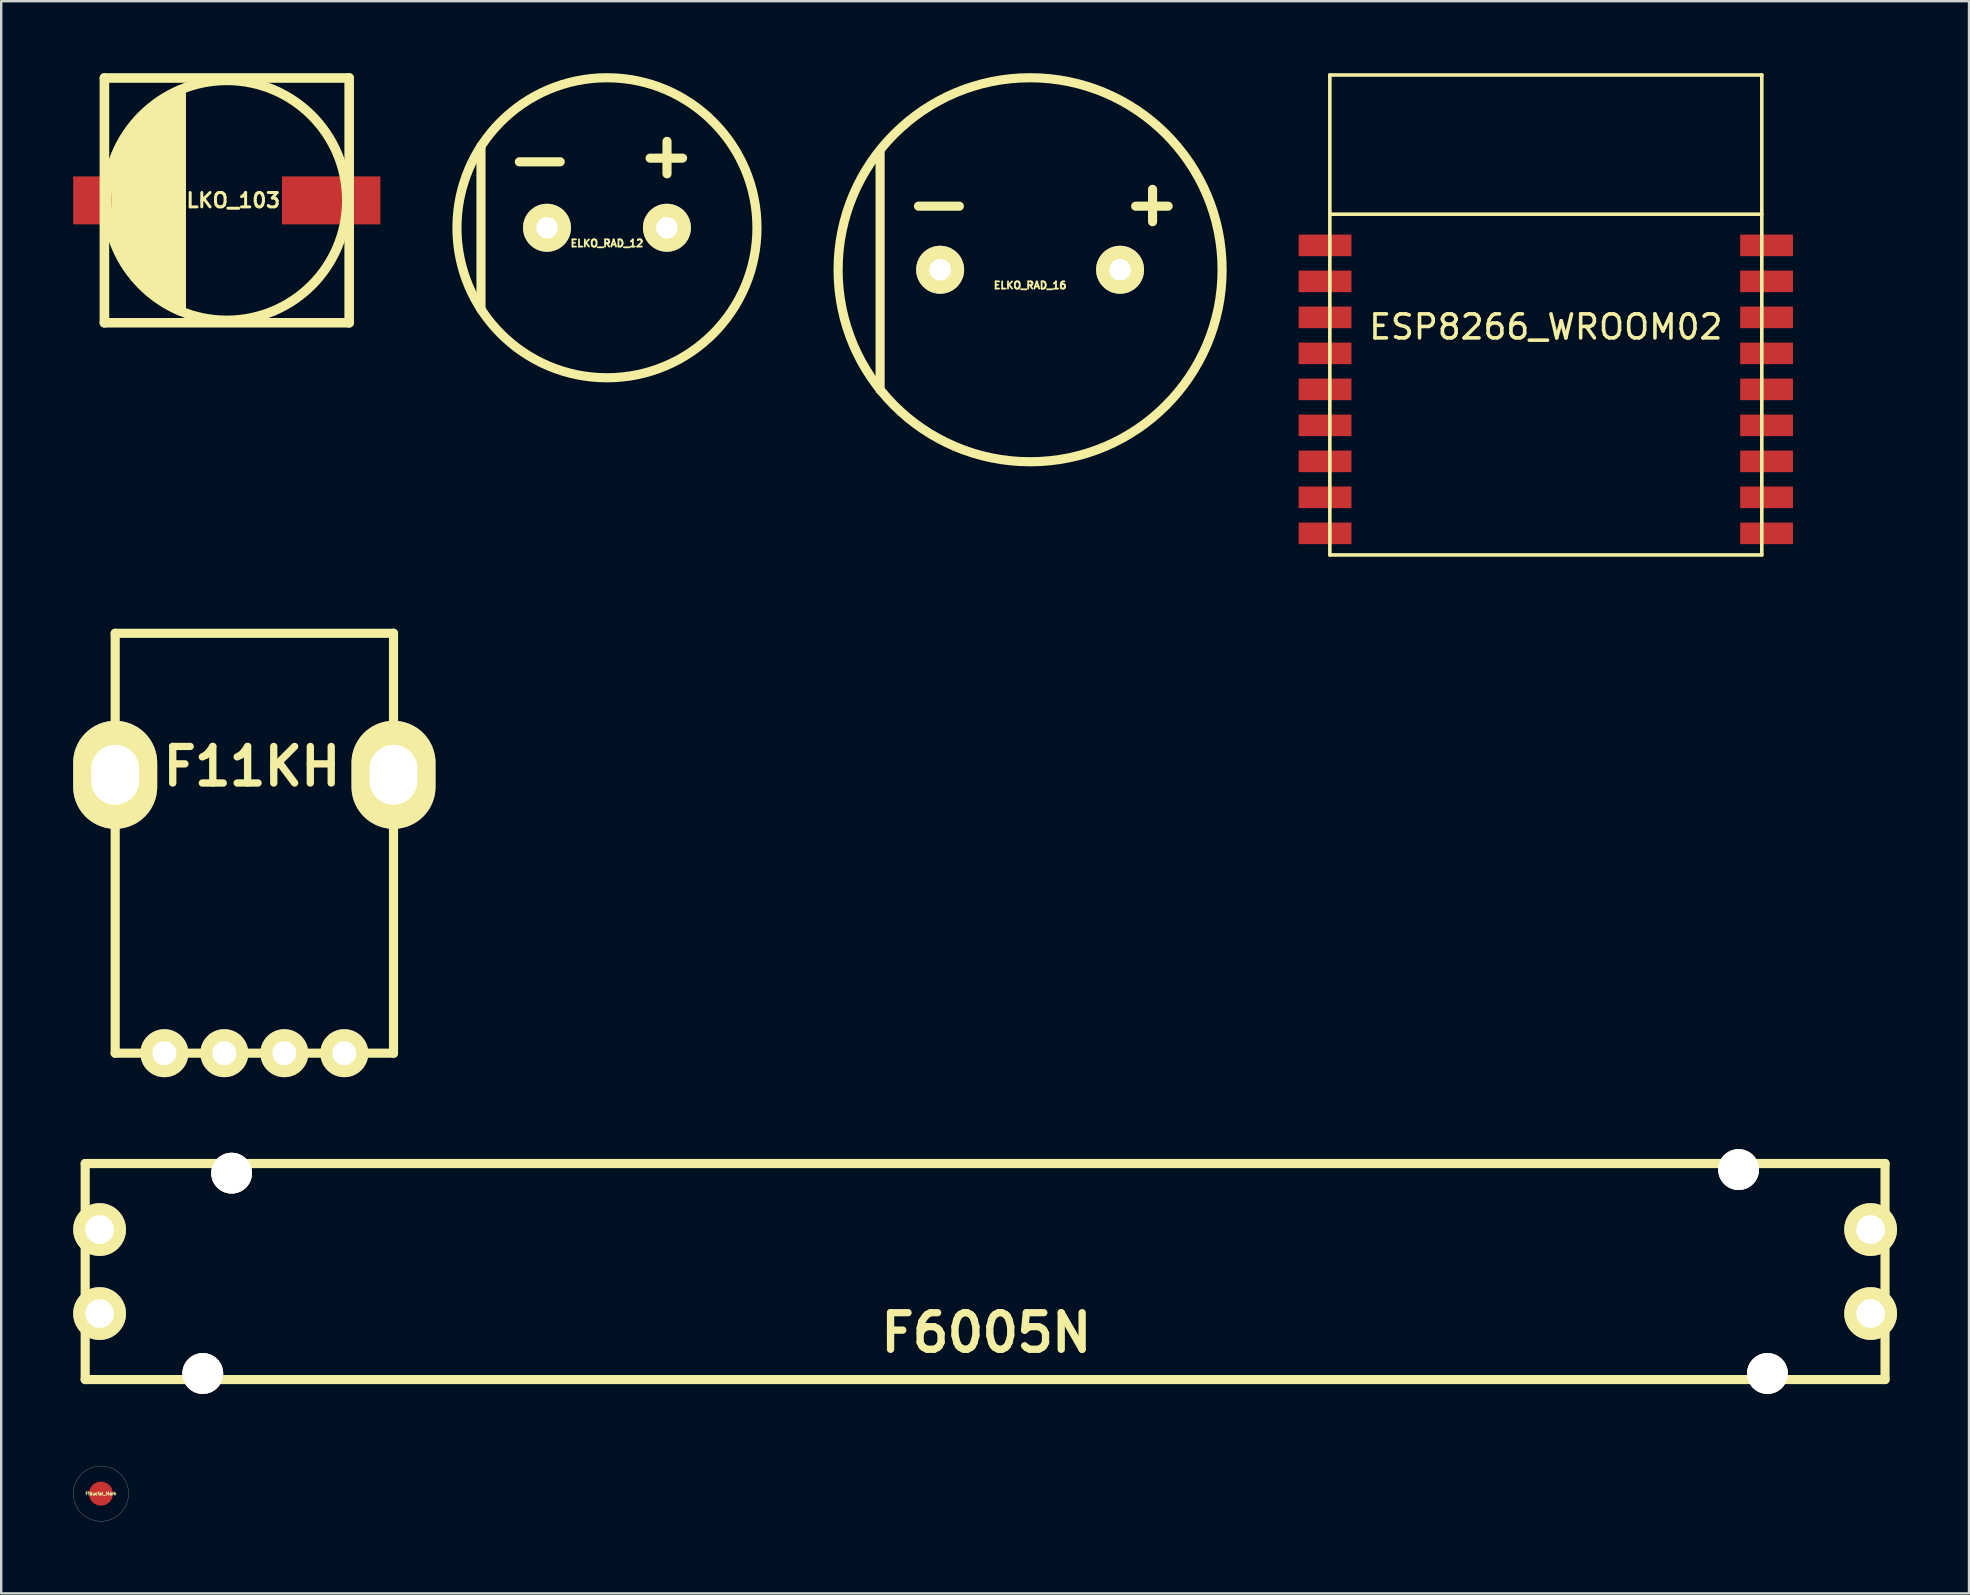
<source format=kicad_pcb>
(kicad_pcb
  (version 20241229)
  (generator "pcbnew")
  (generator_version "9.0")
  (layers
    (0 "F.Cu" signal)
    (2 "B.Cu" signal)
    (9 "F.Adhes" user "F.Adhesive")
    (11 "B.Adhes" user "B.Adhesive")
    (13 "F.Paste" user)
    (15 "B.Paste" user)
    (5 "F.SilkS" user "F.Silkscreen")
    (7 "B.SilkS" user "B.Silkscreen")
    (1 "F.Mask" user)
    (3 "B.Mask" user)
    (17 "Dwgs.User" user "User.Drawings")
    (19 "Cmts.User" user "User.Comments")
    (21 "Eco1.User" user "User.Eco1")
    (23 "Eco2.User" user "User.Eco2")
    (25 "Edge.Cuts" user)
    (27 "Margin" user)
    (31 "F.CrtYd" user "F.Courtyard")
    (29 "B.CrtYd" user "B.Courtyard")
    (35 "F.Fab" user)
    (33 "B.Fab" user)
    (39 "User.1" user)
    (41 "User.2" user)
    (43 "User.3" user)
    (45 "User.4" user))
  (footprint "F11KH"
    (layer "F.Cu")
    (at 7.549 35.339)
    (property "Reference" "F11KH" (at -0.099 -6.449 0) (layer "F.SilkS") (effects (font (size 1.524 1.524) (thickness 0.305))))
    (attr through_hole)
    (fp_line (start -5.799 -11.999) (end -5.799 5.499) (stroke (width 0.381) (type solid)) (layer "F.SilkS"))
    (fp_line (start -5.799 5.499) (end 5.799 5.499) (stroke (width 0.381) (type solid)) (layer "F.SilkS"))
    (fp_line (start 5.799 -11.999) (end -5.799 -11.999) (stroke (width 0.381) (type solid)) (layer "F.SilkS"))
    (fp_line (start 5.799 5.499) (end 5.799 -11.999) (stroke (width 0.381) (type solid)) (layer "F.SilkS"))
    (pad "" thru_hole oval (at -5.799 -6.101) (size 3.5 4.501) (drill oval 1.999 2.499) (layers "*.Cu" "*.Mask" "F.SilkS"))
    (pad "" thru_hole circle (at 3.749 5.499) (size 1.999 1.999) (drill 1.001) (layers "*.Cu" "*.Mask" "F.SilkS"))
    (pad "" thru_hole oval (at 5.799 -6.101) (size 3.5 4.501) (drill oval 1.999 2.499) (layers "*.Cu" "*.Mask" "F.SilkS"))
    (pad "1" thru_hole circle (at -3.749 5.499) (size 1.999 1.999) (drill 1.001) (layers "*.Cu" "*.Mask" "F.SilkS"))
    (pad "2" thru_hole circle (at -1.25 5.499) (size 1.999 1.999) (drill 1.001) (layers "*.Cu" "*.Mask" "F.SilkS"))
    (pad "3" thru_hole circle (at 1.25 5.499) (size 1.999 1.999) (drill 1.001) (layers "*.Cu" "*.Mask" "F.SilkS")))
  (footprint "ESP8266_WROOM02"
    (layer "F.Cu")
    (at 61.367 10.075)
    (property "Reference" "ESP8266_WROOM02" (at 0 0.5 0) (layer "F.SilkS") (effects (font (size 1 1) (thickness 0.15))))
    (attr through_hole)
    (fp_line (start -9 -10) (end -9 10) (stroke (width 0.15) (type solid)) (layer "F.SilkS"))
    (fp_line (start -9 10) (end 9 10) (stroke (width 0.15) (type solid)) (layer "F.SilkS"))
    (fp_line (start 9 -10) (end -9 -10) (stroke (width 0.15) (type solid)) (layer "F.SilkS"))
    (fp_line (start 9 -4.2) (end -9 -4.2) (stroke (width 0.15) (type solid)) (layer "F.SilkS"))
    (fp_line (start 9 10) (end 9 -10) (stroke (width 0.15) (type solid)) (layer "F.SilkS"))
    (pad "1" smd rect (at -9.2 -2.9) (size 2.2 0.9) (layers "F.Cu" "F.Mask" "F.Paste"))
    (pad "2" smd rect (at -9.2 -1.4) (size 2.2 0.9) (layers "F.Cu" "F.Mask" "F.Paste"))
    (pad "3" smd rect (at -9.2 0.1) (size 2.2 0.9) (layers "F.Cu" "F.Mask" "F.Paste"))
    (pad "4" smd rect (at -9.2 1.6) (size 2.2 0.9) (layers "F.Cu" "F.Mask" "F.Paste"))
    (pad "5" smd rect (at -9.2 3.1) (size 2.2 0.9) (layers "F.Cu" "F.Mask" "F.Paste"))
    (pad "6" smd rect (at -9.2 4.6) (size 2.2 0.9) (layers "F.Cu" "F.Mask" "F.Paste"))
    (pad "7" smd rect (at -9.2 6.1) (size 2.2 0.9) (layers "F.Cu" "F.Mask" "F.Paste"))
    (pad "8" smd rect (at -9.2 7.6) (size 2.2 0.9) (layers "F.Cu" "F.Mask" "F.Paste"))
    (pad "9" smd rect (at -9.2 9.1) (size 2.2 0.9) (layers "F.Cu" "F.Mask" "F.Paste"))
    (pad "10" smd rect (at 9.2 9.1) (size 2.2 0.9) (layers "F.Cu" "F.Mask" "F.Paste"))
    (pad "11" smd rect (at 9.2 7.6) (size 2.2 0.9) (layers "F.Cu" "F.Mask" "F.Paste"))
    (pad "12" smd rect (at 9.2 6.1) (size 2.2 0.9) (layers "F.Cu" "F.Mask" "F.Paste"))
    (pad "13" smd rect (at 9.2 4.6) (size 2.2 0.9) (layers "F.Cu" "F.Mask" "F.Paste"))
    (pad "14" smd rect (at 9.2 3.1) (size 2.2 0.9) (layers "F.Cu" "F.Mask" "F.Paste"))
    (pad "15" smd rect (at 9.2 1.6) (size 2.2 0.9) (layers "F.Cu" "F.Mask" "F.Paste"))
    (pad "16" smd rect (at 9.2 0.1) (size 2.2 0.9) (layers "F.Cu" "F.Mask" "F.Paste"))
    (pad "17" smd rect (at 9.2 -1.4) (size 2.2 0.9) (layers "F.Cu" "F.Mask" "F.Paste"))
    (pad "18" smd rect (at 9.2 -2.9) (size 2.2 0.9) (layers "F.Cu" "F.Mask" "F.Paste")))
  (footprint "ELKO_RAD_12"
    (layer "F.Cu")
    (at 22.243 6.441)
    (property "Reference" "ELKO_RAD_12" (at 0 0.65 0) (layer "F.SilkS") (effects (font (size 0.3 0.3) (thickness 0.076))))
    (attr through_hole)
    (fp_line (start -5.25 3.401) (end -5.25 -3.401) (stroke (width 0.381) (type solid)) (layer "F.SilkS"))
    (fp_line (start -3.65 -2.748) (end -1.948 -2.748) (stroke (width 0.381) (type solid)) (layer "F.SilkS"))
    (fp_line (start 1.798 -2.901) (end 3.15 -2.901) (stroke (width 0.381) (type solid)) (layer "F.SilkS"))
    (fp_line (start 2.502 -2.25) (end 2.502 -3.599) (stroke (width 0.381) (type solid)) (layer "F.SilkS"))
    (fp_circle (center 0 0) (end 6.251 0) (stroke (width 0.381) (type solid)) (fill no) (layer "F.SilkS"))
    (pad "1" thru_hole circle (at 2.499 0) (size 1.999 1.999) (drill 0.899) (layers "*.Cu" "*.Mask" "F.SilkS"))
    (pad "2" thru_hole circle (at -2.499 0) (size 1.999 1.999) (drill 0.899) (layers "*.Cu" "*.Mask" "F.SilkS")))
  (footprint "Fiducial_Mark"
    (layer "F.Cu")
    (at 1.156 59.192)
    (property "Reference" "Fiducial_Mark" (at 0 0 0) (layer "F.SilkS") (effects (font (size 0.127 0.127) (thickness 0.033))))
    (attr smd)
    (fp_circle (center 0 0) (end 1.151 0) (stroke (width 0.01) (type solid)) (fill no) (layer "Dwgs.User"))
    (pad "1" smd circle (at 0 0) (size 1.001 1.001) (layers "F.Cu" "F.Mask")))
  (footprint "ELKO_RAD_16"
    (layer "F.Cu")
    (at 39.876 8.191)
    (property "Reference" "ELKO_RAD_16" (at 0 0.65 0) (layer "F.SilkS") (effects (font (size 0.3 0.3) (thickness 0.076))))
    (attr through_hole)
    (fp_line (start -6.251 5.001) (end -6.251 -4.95) (stroke (width 0.381) (type solid)) (layer "F.SilkS"))
    (fp_line (start -4.651 -2.649) (end -2.949 -2.649) (stroke (width 0.381) (type solid)) (layer "F.SilkS"))
    (fp_line (start 4.399 -2.649) (end 5.751 -2.649) (stroke (width 0.381) (type solid)) (layer "F.SilkS"))
    (fp_line (start 5.103 -2.002) (end 5.103 -3.35) (stroke (width 0.381) (type solid)) (layer "F.SilkS"))
    (fp_circle (center 0 0) (end 8.001 0) (stroke (width 0.381) (type solid)) (fill no) (layer "F.SilkS"))
    (pad "1" thru_hole circle (at 3.749 0) (size 1.999 1.999) (drill 0.899) (layers "*.Cu" "*.Mask" "F.SilkS"))
    (pad "2" thru_hole circle (at -3.749 0) (size 1.999 1.999) (drill 0.899) (layers "*.Cu" "*.Mask" "F.SilkS")))
  (footprint "ELKO_103"
    (layer "F.Cu")
    (at 6.401 5.3)
    (property "Reference" "ELKO_103" (at 0 0 0) (layer "F.SilkS") (effects (font (size 0.599 0.599) (thickness 0.124))))
    (attr through_hole)
    (fp_line (start -5.1 -5.1) (end 5.1 -5.1) (stroke (width 0.399) (type solid)) (layer "F.SilkS"))
    (fp_line (start -5.1 5.1) (end -5.1 -5.1) (stroke (width 0.399) (type solid)) (layer "F.SilkS"))
    (fp_line (start -4.6 1.801) (end -4.6 -1.6) (stroke (width 0.399) (type solid)) (layer "F.SilkS"))
    (fp_line (start -4.3 -2.4) (end -4.3 2.4) (stroke (width 0.399) (type solid)) (layer "F.SilkS"))
    (fp_line (start -4 2.901) (end -4 -2.799) (stroke (width 0.399) (type solid)) (layer "F.SilkS"))
    (fp_line (start -3.701 -3.2) (end -3.701 3.099) (stroke (width 0.399) (type solid)) (layer "F.SilkS"))
    (fp_line (start -3.401 3.599) (end -3.401 -3.599) (stroke (width 0.399) (type solid)) (layer "F.SilkS"))
    (fp_line (start -3.099 3.8) (end -3.099 -3.8) (stroke (width 0.399) (type solid)) (layer "F.SilkS"))
    (fp_line (start -2.799 -4.1) (end -2.799 4) (stroke (width 0.399) (type solid)) (layer "F.SilkS"))
    (fp_line (start -2.499 -4.3) (end -2.499 4.201) (stroke (width 0.399) (type solid)) (layer "F.SilkS"))
    (fp_line (start -2.2 4.399) (end -2.2 -4.3) (stroke (width 0.399) (type solid)) (layer "F.SilkS"))
    (fp_line (start -1.9 4.6) (end -1.9 -4.501) (stroke (width 0.399) (type solid)) (layer "F.SilkS"))
    (fp_line (start 5.1 -5.1) (end 5.1 5.1) (stroke (width 0.399) (type solid)) (layer "F.SilkS"))
    (fp_line (start 5.1 5.1) (end -5.1 5.1) (stroke (width 0.399) (type solid)) (layer "F.SilkS"))
    (fp_circle (center 0 0) (end 5.001 0) (stroke (width 0.399) (type solid)) (fill no) (layer "F.SilkS"))
    (pad "1" smd rect (at 4.351 0) (size 4.1 1.999) (layers "F.Cu" "F.Mask" "F.Paste"))
    (pad "2" smd rect (at -4.351 0) (size 4.1 1.999) (layers "F.Cu" "F.Mask" "F.Paste")))
  (footprint "F6005N"
    (layer "F.Cu")
    (at 38.001 49.937)
    (property "Reference" "F6005N" (at 0.051 2.55 0) (layer "F.SilkS") (effects (font (size 1.524 1.524) (thickness 0.305))))
    (attr through_hole)
    (fp_line (start -37.501 -4.501) (end 37.501 -4.501) (stroke (width 0.381) (type solid)) (layer "F.SilkS"))
    (fp_line (start -37.501 4.501) (end -37.501 -4.501) (stroke (width 0.381) (type solid)) (layer "F.SilkS"))
    (fp_line (start 37.501 -4.501) (end 37.501 4.501) (stroke (width 0.381) (type solid)) (layer "F.SilkS"))
    (fp_line (start 37.501 4.501) (end -37.501 4.501) (stroke (width 0.381) (type solid)) (layer "F.SilkS"))
    (pad "" thru_hole circle (at -32.601 4.249) (size 1.699 1.699) (drill 1.699) (layers "*.Cu" "*.Mask" "F.SilkS"))
    (pad "" thru_hole circle (at -31.399 -4.1) (size 1.699 1.699) (drill 1.699) (layers "*.Cu" "*.Mask" "F.SilkS"))
    (pad "" thru_hole circle (at 31.399 -4.249) (size 1.699 1.699) (drill 1.699) (layers "*.Cu" "*.Mask" "F.SilkS"))
    (pad "" thru_hole circle (at 32.601 4.249) (size 1.699 1.699) (drill 1.699) (layers "*.Cu" "*.Mask" "F.SilkS"))
    (pad "" thru_hole circle (at 36.901 1.75) (size 2.2 2.2) (drill 1.199) (layers "*.Cu" "*.Mask" "F.SilkS"))
    (pad "1" thru_hole circle (at -36.901 -1.75) (size 2.2 2.2) (drill 1.199) (layers "*.Cu" "*.Mask" "F.SilkS"))
    (pad "2" thru_hole circle (at -36.901 1.75) (size 2.2 2.2) (drill 1.199) (layers "*.Cu" "*.Mask" "F.SilkS"))
    (pad "3" thru_hole circle (at 36.901 -1.75) (size 2.2 2.2) (drill 1.199) (layers "*.Cu" "*.Mask" "F.SilkS")))
  (gr_rect
    (start -3 -3)
    (end 79.002 63.348)
    (stroke (width 0.1) (type default))
    (fill no)
    (layer "Edge.Cuts")))
</source>
